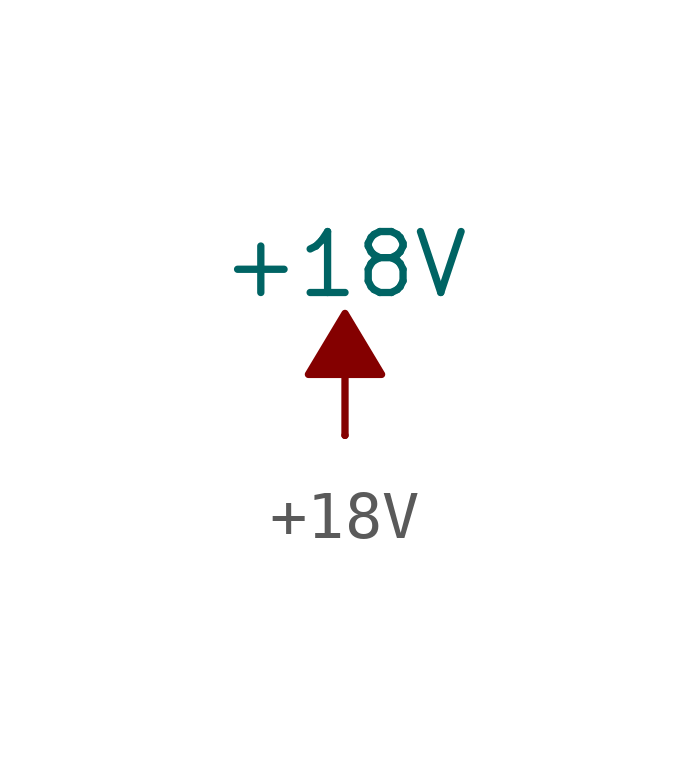
<source format=kicad_sym>
(kicad_symbol_lib
  (version 20241209)
  (generator "kicad_symbol_editor")
  (generator_version "9.0")
  (symbol "+18V"
    (power)
    (pin_numbers
      (hide yes))
    (pin_names
      (offset 0)
      (hide yes))
    (property "Reference" "#PWR"
      (at 0 -3.81 0)
      (effects (font (size 1.27 1.27)) (hide yes)))
    (property "Value" "+18V"
      (at 0 3.556 0)
      (effects (font (size 1.27 1.27))))
    (symbol "+18V_0_0"
      (pin power_in line (at 0 0 90) (length 0) (name "~" (effects (font (size 1.27 1.27)))) (number "1" (effects (font (size 1.27 1.27))))))
    (symbol "+18V_0_1"
      (polyline (pts (xy 0 0) (xy 0 1.27) (xy 0.762 1.27) (xy 0 2.54) (xy -0.762 1.27) (xy 0 1.27)) (stroke (width 0) (type default)) (fill (type outline))))))
</source>
